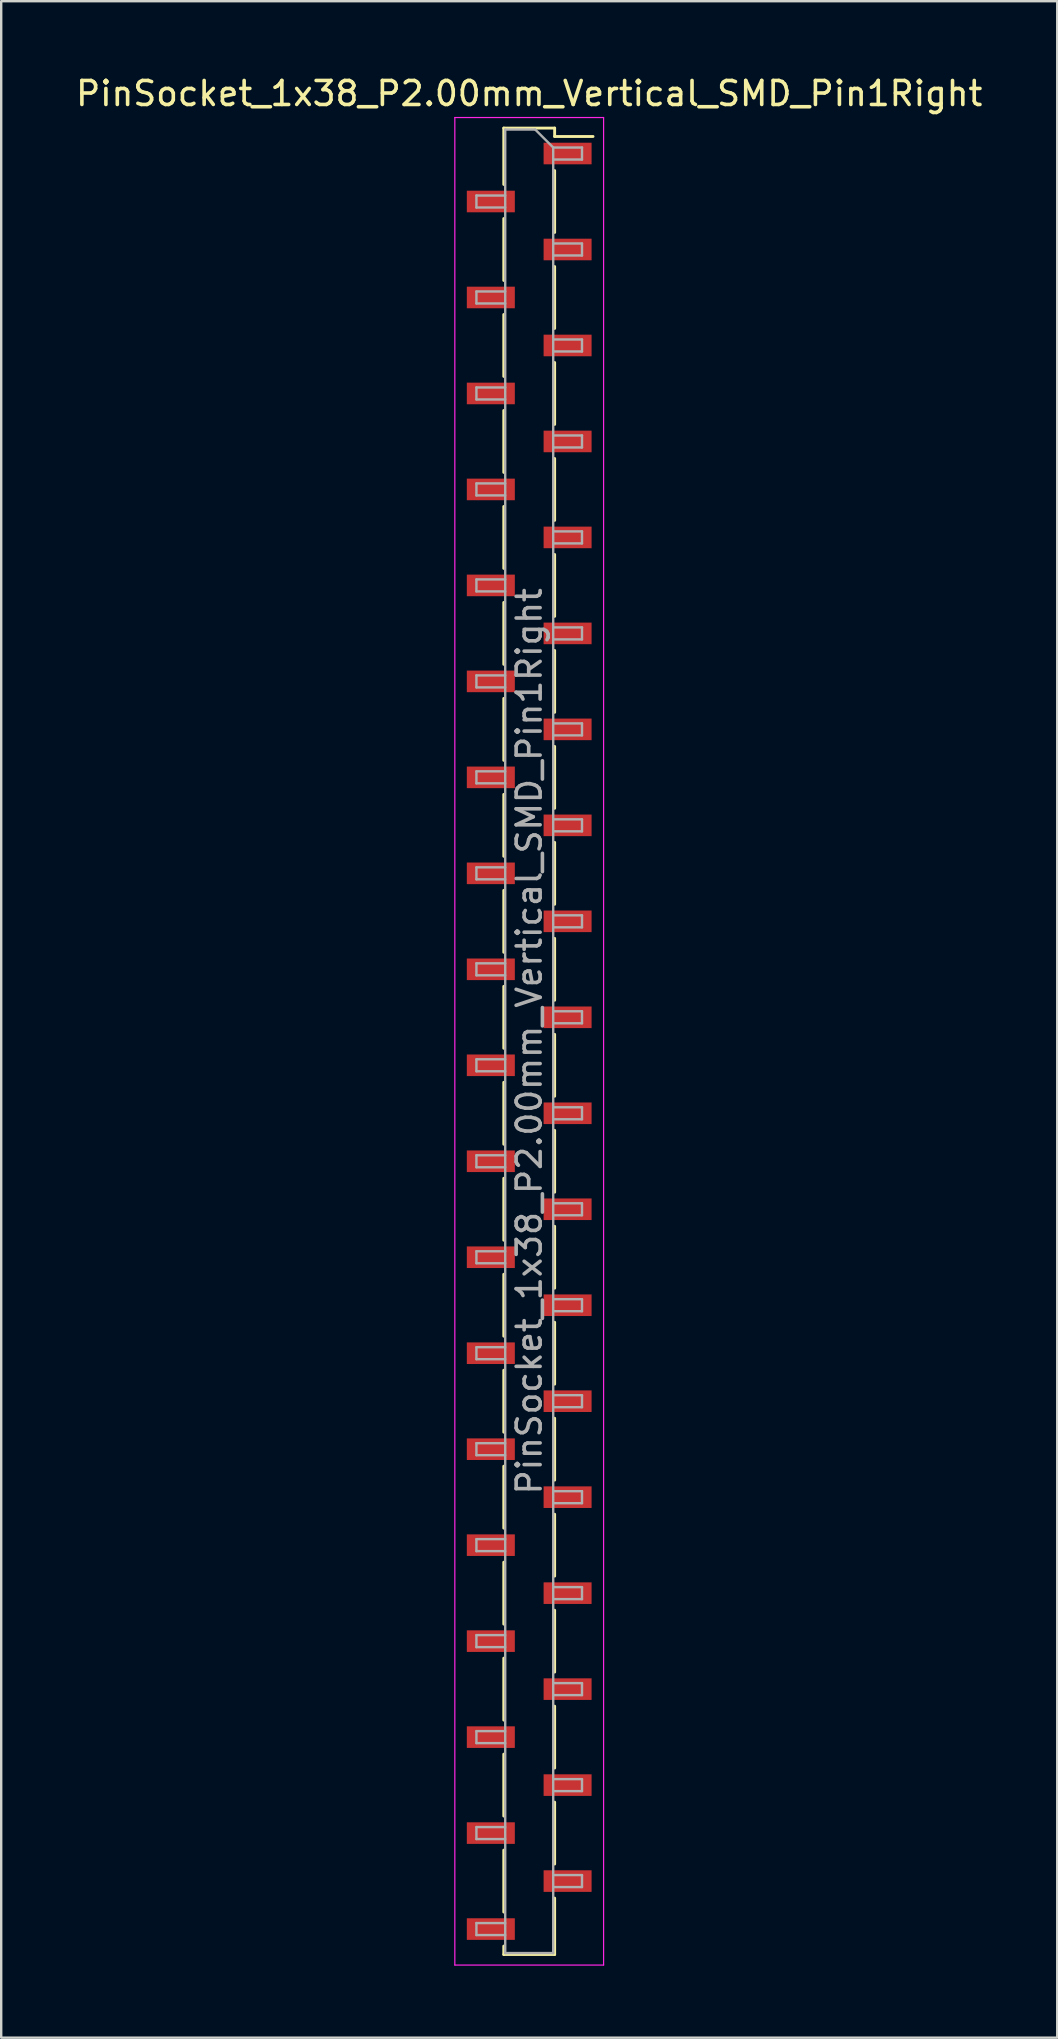
<source format=kicad_pcb>
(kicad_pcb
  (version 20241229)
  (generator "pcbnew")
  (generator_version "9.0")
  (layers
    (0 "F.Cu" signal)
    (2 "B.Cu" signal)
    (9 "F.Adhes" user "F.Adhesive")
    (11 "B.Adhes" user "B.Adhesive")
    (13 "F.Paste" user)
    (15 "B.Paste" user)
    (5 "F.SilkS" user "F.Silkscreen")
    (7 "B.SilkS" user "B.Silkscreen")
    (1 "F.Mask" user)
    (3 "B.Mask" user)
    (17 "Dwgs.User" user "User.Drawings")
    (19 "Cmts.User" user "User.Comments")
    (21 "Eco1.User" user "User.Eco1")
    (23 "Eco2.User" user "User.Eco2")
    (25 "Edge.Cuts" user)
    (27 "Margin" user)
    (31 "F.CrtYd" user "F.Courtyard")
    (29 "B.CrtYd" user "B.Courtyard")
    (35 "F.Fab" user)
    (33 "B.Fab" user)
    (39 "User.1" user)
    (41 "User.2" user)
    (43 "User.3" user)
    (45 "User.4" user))
  (footprint "PinSocket_1x38_P2.00mm_Vertical_SMD_Pin1Right"
    (layer "F.Cu")
    (at 19.006 40.348)
    (property "Reference" "PinSocket_1x38_P2.00mm_Vertical_SMD_Pin1Right" (at 0 -39.5 0) (layer "F.SilkS") (effects (font (size 1 1) (thickness 0.15))))
    (attr smd)
    (fp_line (start -1.06 -38.06) (end -1.06 -35.71) (stroke (width 0.12) (type solid)) (layer "F.SilkS"))
    (fp_line (start -1.06 -38.06) (end 1.06 -38.06) (stroke (width 0.12) (type solid)) (layer "F.SilkS"))
    (fp_line (start -1.06 -34.29) (end -1.06 -31.71) (stroke (width 0.12) (type solid)) (layer "F.SilkS"))
    (fp_line (start -1.06 -30.29) (end -1.06 -27.71) (stroke (width 0.12) (type solid)) (layer "F.SilkS"))
    (fp_line (start -1.06 -26.29) (end -1.06 -23.71) (stroke (width 0.12) (type solid)) (layer "F.SilkS"))
    (fp_line (start -1.06 -22.29) (end -1.06 -19.71) (stroke (width 0.12) (type solid)) (layer "F.SilkS"))
    (fp_line (start -1.06 -18.29) (end -1.06 -15.71) (stroke (width 0.12) (type solid)) (layer "F.SilkS"))
    (fp_line (start -1.06 -14.29) (end -1.06 -11.71) (stroke (width 0.12) (type solid)) (layer "F.SilkS"))
    (fp_line (start -1.06 -10.29) (end -1.06 -7.71) (stroke (width 0.12) (type solid)) (layer "F.SilkS"))
    (fp_line (start -1.06 -6.29) (end -1.06 -3.71) (stroke (width 0.12) (type solid)) (layer "F.SilkS"))
    (fp_line (start -1.06 -2.29) (end -1.06 0.29) (stroke (width 0.12) (type solid)) (layer "F.SilkS"))
    (fp_line (start -1.06 1.71) (end -1.06 4.29) (stroke (width 0.12) (type solid)) (layer "F.SilkS"))
    (fp_line (start -1.06 5.71) (end -1.06 8.29) (stroke (width 0.12) (type solid)) (layer "F.SilkS"))
    (fp_line (start -1.06 9.71) (end -1.06 12.29) (stroke (width 0.12) (type solid)) (layer "F.SilkS"))
    (fp_line (start -1.06 13.71) (end -1.06 16.29) (stroke (width 0.12) (type solid)) (layer "F.SilkS"))
    (fp_line (start -1.06 17.71) (end -1.06 20.29) (stroke (width 0.12) (type solid)) (layer "F.SilkS"))
    (fp_line (start -1.06 21.71) (end -1.06 24.29) (stroke (width 0.12) (type solid)) (layer "F.SilkS"))
    (fp_line (start -1.06 25.71) (end -1.06 28.29) (stroke (width 0.12) (type solid)) (layer "F.SilkS"))
    (fp_line (start -1.06 29.71) (end -1.06 32.29) (stroke (width 0.12) (type solid)) (layer "F.SilkS"))
    (fp_line (start -1.06 33.71) (end -1.06 36.29) (stroke (width 0.12) (type solid)) (layer "F.SilkS"))
    (fp_line (start -1.06 38.06) (end -1.06 37.71) (stroke (width 0.12) (type solid)) (layer "F.SilkS"))
    (fp_line (start 1.06 -38.06) (end 1.06 -37.71) (stroke (width 0.12) (type solid)) (layer "F.SilkS"))
    (fp_line (start 1.06 -37.71) (end 2.66 -37.71) (stroke (width 0.12) (type solid)) (layer "F.SilkS"))
    (fp_line (start 1.06 -36.29) (end 1.06 -33.71) (stroke (width 0.12) (type solid)) (layer "F.SilkS"))
    (fp_line (start 1.06 -32.29) (end 1.06 -29.71) (stroke (width 0.12) (type solid)) (layer "F.SilkS"))
    (fp_line (start 1.06 -28.29) (end 1.06 -25.71) (stroke (width 0.12) (type solid)) (layer "F.SilkS"))
    (fp_line (start 1.06 -24.29) (end 1.06 -21.71) (stroke (width 0.12) (type solid)) (layer "F.SilkS"))
    (fp_line (start 1.06 -20.29) (end 1.06 -17.71) (stroke (width 0.12) (type solid)) (layer "F.SilkS"))
    (fp_line (start 1.06 -16.29) (end 1.06 -13.71) (stroke (width 0.12) (type solid)) (layer "F.SilkS"))
    (fp_line (start 1.06 -12.29) (end 1.06 -9.71) (stroke (width 0.12) (type solid)) (layer "F.SilkS"))
    (fp_line (start 1.06 -8.29) (end 1.06 -5.71) (stroke (width 0.12) (type solid)) (layer "F.SilkS"))
    (fp_line (start 1.06 -4.29) (end 1.06 -1.71) (stroke (width 0.12) (type solid)) (layer "F.SilkS"))
    (fp_line (start 1.06 -0.29) (end 1.06 2.29) (stroke (width 0.12) (type solid)) (layer "F.SilkS"))
    (fp_line (start 1.06 3.71) (end 1.06 6.29) (stroke (width 0.12) (type solid)) (layer "F.SilkS"))
    (fp_line (start 1.06 7.71) (end 1.06 10.29) (stroke (width 0.12) (type solid)) (layer "F.SilkS"))
    (fp_line (start 1.06 11.71) (end 1.06 14.29) (stroke (width 0.12) (type solid)) (layer "F.SilkS"))
    (fp_line (start 1.06 15.71) (end 1.06 18.29) (stroke (width 0.12) (type solid)) (layer "F.SilkS"))
    (fp_line (start 1.06 19.71) (end 1.06 22.29) (stroke (width 0.12) (type solid)) (layer "F.SilkS"))
    (fp_line (start 1.06 23.71) (end 1.06 26.29) (stroke (width 0.12) (type solid)) (layer "F.SilkS"))
    (fp_line (start 1.06 27.71) (end 1.06 30.29) (stroke (width 0.12) (type solid)) (layer "F.SilkS"))
    (fp_line (start 1.06 31.71) (end 1.06 34.29) (stroke (width 0.12) (type solid)) (layer "F.SilkS"))
    (fp_line (start 1.06 35.71) (end 1.06 38.06) (stroke (width 0.12) (type solid)) (layer "F.SilkS"))
    (fp_line (start 1.06 38.06) (end -1.06 38.06) (stroke (width 0.12) (type solid)) (layer "F.SilkS"))
    (fp_line (start -3.1 -38.5) (end 3.1 -38.5) (stroke (width 0.05) (type solid)) (layer "F.CrtYd"))
    (fp_line (start -3.1 38.5) (end -3.1 -38.5) (stroke (width 0.05) (type solid)) (layer "F.CrtYd"))
    (fp_line (start 3.1 -38.5) (end 3.1 38.5) (stroke (width 0.05) (type solid)) (layer "F.CrtYd"))
    (fp_line (start 3.1 38.5) (end -3.1 38.5) (stroke (width 0.05) (type solid)) (layer "F.CrtYd"))
    (fp_line (start -2.2 -35.25) (end -1 -35.25) (stroke (width 0.1) (type solid)) (layer "F.Fab"))
    (fp_line (start -2.2 -34.75) (end -2.2 -35.25) (stroke (width 0.1) (type solid)) (layer "F.Fab"))
    (fp_line (start -2.2 -31.25) (end -1 -31.25) (stroke (width 0.1) (type solid)) (layer "F.Fab"))
    (fp_line (start -2.2 -30.75) (end -2.2 -31.25) (stroke (width 0.1) (type solid)) (layer "F.Fab"))
    (fp_line (start -2.2 -27.25) (end -1 -27.25) (stroke (width 0.1) (type solid)) (layer "F.Fab"))
    (fp_line (start -2.2 -26.75) (end -2.2 -27.25) (stroke (width 0.1) (type solid)) (layer "F.Fab"))
    (fp_line (start -2.2 -23.25) (end -1 -23.25) (stroke (width 0.1) (type solid)) (layer "F.Fab"))
    (fp_line (start -2.2 -22.75) (end -2.2 -23.25) (stroke (width 0.1) (type solid)) (layer "F.Fab"))
    (fp_line (start -2.2 -19.25) (end -1 -19.25) (stroke (width 0.1) (type solid)) (layer "F.Fab"))
    (fp_line (start -2.2 -18.75) (end -2.2 -19.25) (stroke (width 0.1) (type solid)) (layer "F.Fab"))
    (fp_line (start -2.2 -15.25) (end -1 -15.25) (stroke (width 0.1) (type solid)) (layer "F.Fab"))
    (fp_line (start -2.2 -14.75) (end -2.2 -15.25) (stroke (width 0.1) (type solid)) (layer "F.Fab"))
    (fp_line (start -2.2 -11.25) (end -1 -11.25) (stroke (width 0.1) (type solid)) (layer "F.Fab"))
    (fp_line (start -2.2 -10.75) (end -2.2 -11.25) (stroke (width 0.1) (type solid)) (layer "F.Fab"))
    (fp_line (start -2.2 -7.25) (end -1 -7.25) (stroke (width 0.1) (type solid)) (layer "F.Fab"))
    (fp_line (start -2.2 -6.75) (end -2.2 -7.25) (stroke (width 0.1) (type solid)) (layer "F.Fab"))
    (fp_line (start -2.2 -3.25) (end -1 -3.25) (stroke (width 0.1) (type solid)) (layer "F.Fab"))
    (fp_line (start -2.2 -2.75) (end -2.2 -3.25) (stroke (width 0.1) (type solid)) (layer "F.Fab"))
    (fp_line (start -2.2 0.75) (end -1 0.75) (stroke (width 0.1) (type solid)) (layer "F.Fab"))
    (fp_line (start -2.2 1.25) (end -2.2 0.75) (stroke (width 0.1) (type solid)) (layer "F.Fab"))
    (fp_line (start -2.2 4.75) (end -1 4.75) (stroke (width 0.1) (type solid)) (layer "F.Fab"))
    (fp_line (start -2.2 5.25) (end -2.2 4.75) (stroke (width 0.1) (type solid)) (layer "F.Fab"))
    (fp_line (start -2.2 8.75) (end -1 8.75) (stroke (width 0.1) (type solid)) (layer "F.Fab"))
    (fp_line (start -2.2 9.25) (end -2.2 8.75) (stroke (width 0.1) (type solid)) (layer "F.Fab"))
    (fp_line (start -2.2 12.75) (end -1 12.75) (stroke (width 0.1) (type solid)) (layer "F.Fab"))
    (fp_line (start -2.2 13.25) (end -2.2 12.75) (stroke (width 0.1) (type solid)) (layer "F.Fab"))
    (fp_line (start -2.2 16.75) (end -1 16.75) (stroke (width 0.1) (type solid)) (layer "F.Fab"))
    (fp_line (start -2.2 17.25) (end -2.2 16.75) (stroke (width 0.1) (type solid)) (layer "F.Fab"))
    (fp_line (start -2.2 20.75) (end -1 20.75) (stroke (width 0.1) (type solid)) (layer "F.Fab"))
    (fp_line (start -2.2 21.25) (end -2.2 20.75) (stroke (width 0.1) (type solid)) (layer "F.Fab"))
    (fp_line (start -2.2 24.75) (end -1 24.75) (stroke (width 0.1) (type solid)) (layer "F.Fab"))
    (fp_line (start -2.2 25.25) (end -2.2 24.75) (stroke (width 0.1) (type solid)) (layer "F.Fab"))
    (fp_line (start -2.2 28.75) (end -1 28.75) (stroke (width 0.1) (type solid)) (layer "F.Fab"))
    (fp_line (start -2.2 29.25) (end -2.2 28.75) (stroke (width 0.1) (type solid)) (layer "F.Fab"))
    (fp_line (start -2.2 32.75) (end -1 32.75) (stroke (width 0.1) (type solid)) (layer "F.Fab"))
    (fp_line (start -2.2 33.25) (end -2.2 32.75) (stroke (width 0.1) (type solid)) (layer "F.Fab"))
    (fp_line (start -2.2 36.75) (end -1 36.75) (stroke (width 0.1) (type solid)) (layer "F.Fab"))
    (fp_line (start -2.2 37.25) (end -2.2 36.75) (stroke (width 0.1) (type solid)) (layer "F.Fab"))
    (fp_line (start -1 -38) (end 0.25 -38) (stroke (width 0.1) (type solid)) (layer "F.Fab"))
    (fp_line (start -1 -34.75) (end -2.2 -34.75) (stroke (width 0.1) (type solid)) (layer "F.Fab"))
    (fp_line (start -1 -30.75) (end -2.2 -30.75) (stroke (width 0.1) (type solid)) (layer "F.Fab"))
    (fp_line (start -1 -26.75) (end -2.2 -26.75) (stroke (width 0.1) (type solid)) (layer "F.Fab"))
    (fp_line (start -1 -22.75) (end -2.2 -22.75) (stroke (width 0.1) (type solid)) (layer "F.Fab"))
    (fp_line (start -1 -18.75) (end -2.2 -18.75) (stroke (width 0.1) (type solid)) (layer "F.Fab"))
    (fp_line (start -1 -14.75) (end -2.2 -14.75) (stroke (width 0.1) (type solid)) (layer "F.Fab"))
    (fp_line (start -1 -10.75) (end -2.2 -10.75) (stroke (width 0.1) (type solid)) (layer "F.Fab"))
    (fp_line (start -1 -6.75) (end -2.2 -6.75) (stroke (width 0.1) (type solid)) (layer "F.Fab"))
    (fp_line (start -1 -2.75) (end -2.2 -2.75) (stroke (width 0.1) (type solid)) (layer "F.Fab"))
    (fp_line (start -1 1.25) (end -2.2 1.25) (stroke (width 0.1) (type solid)) (layer "F.Fab"))
    (fp_line (start -1 5.25) (end -2.2 5.25) (stroke (width 0.1) (type solid)) (layer "F.Fab"))
    (fp_line (start -1 9.25) (end -2.2 9.25) (stroke (width 0.1) (type solid)) (layer "F.Fab"))
    (fp_line (start -1 13.25) (end -2.2 13.25) (stroke (width 0.1) (type solid)) (layer "F.Fab"))
    (fp_line (start -1 17.25) (end -2.2 17.25) (stroke (width 0.1) (type solid)) (layer "F.Fab"))
    (fp_line (start -1 21.25) (end -2.2 21.25) (stroke (width 0.1) (type solid)) (layer "F.Fab"))
    (fp_line (start -1 25.25) (end -2.2 25.25) (stroke (width 0.1) (type solid)) (layer "F.Fab"))
    (fp_line (start -1 29.25) (end -2.2 29.25) (stroke (width 0.1) (type solid)) (layer "F.Fab"))
    (fp_line (start -1 33.25) (end -2.2 33.25) (stroke (width 0.1) (type solid)) (layer "F.Fab"))
    (fp_line (start -1 37.25) (end -2.2 37.25) (stroke (width 0.1) (type solid)) (layer "F.Fab"))
    (fp_line (start -1 38) (end -1 -38) (stroke (width 0.1) (type solid)) (layer "F.Fab"))
    (fp_line (start 0.25 -38) (end 1 -37.25) (stroke (width 0.1) (type solid)) (layer "F.Fab"))
    (fp_line (start 1 -37.25) (end 1 38) (stroke (width 0.1) (type solid)) (layer "F.Fab"))
    (fp_line (start 1 -37.25) (end 2.2 -37.25) (stroke (width 0.1) (type solid)) (layer "F.Fab"))
    (fp_line (start 1 -33.25) (end 2.2 -33.25) (stroke (width 0.1) (type solid)) (layer "F.Fab"))
    (fp_line (start 1 -29.25) (end 2.2 -29.25) (stroke (width 0.1) (type solid)) (layer "F.Fab"))
    (fp_line (start 1 -25.25) (end 2.2 -25.25) (stroke (width 0.1) (type solid)) (layer "F.Fab"))
    (fp_line (start 1 -21.25) (end 2.2 -21.25) (stroke (width 0.1) (type solid)) (layer "F.Fab"))
    (fp_line (start 1 -17.25) (end 2.2 -17.25) (stroke (width 0.1) (type solid)) (layer "F.Fab"))
    (fp_line (start 1 -13.25) (end 2.2 -13.25) (stroke (width 0.1) (type solid)) (layer "F.Fab"))
    (fp_line (start 1 -9.25) (end 2.2 -9.25) (stroke (width 0.1) (type solid)) (layer "F.Fab"))
    (fp_line (start 1 -5.25) (end 2.2 -5.25) (stroke (width 0.1) (type solid)) (layer "F.Fab"))
    (fp_line (start 1 -1.25) (end 2.2 -1.25) (stroke (width 0.1) (type solid)) (layer "F.Fab"))
    (fp_line (start 1 2.75) (end 2.2 2.75) (stroke (width 0.1) (type solid)) (layer "F.Fab"))
    (fp_line (start 1 6.75) (end 2.2 6.75) (stroke (width 0.1) (type solid)) (layer "F.Fab"))
    (fp_line (start 1 10.75) (end 2.2 10.75) (stroke (width 0.1) (type solid)) (layer "F.Fab"))
    (fp_line (start 1 14.75) (end 2.2 14.75) (stroke (width 0.1) (type solid)) (layer "F.Fab"))
    (fp_line (start 1 18.75) (end 2.2 18.75) (stroke (width 0.1) (type solid)) (layer "F.Fab"))
    (fp_line (start 1 22.75) (end 2.2 22.75) (stroke (width 0.1) (type solid)) (layer "F.Fab"))
    (fp_line (start 1 26.75) (end 2.2 26.75) (stroke (width 0.1) (type solid)) (layer "F.Fab"))
    (fp_line (start 1 30.75) (end 2.2 30.75) (stroke (width 0.1) (type solid)) (layer "F.Fab"))
    (fp_line (start 1 34.75) (end 2.2 34.75) (stroke (width 0.1) (type solid)) (layer "F.Fab"))
    (fp_line (start 1 38) (end -1 38) (stroke (width 0.1) (type solid)) (layer "F.Fab"))
    (fp_line (start 2.2 -37.25) (end 2.2 -36.75) (stroke (width 0.1) (type solid)) (layer "F.Fab"))
    (fp_line (start 2.2 -36.75) (end 1 -36.75) (stroke (width 0.1) (type solid)) (layer "F.Fab"))
    (fp_line (start 2.2 -33.25) (end 2.2 -32.75) (stroke (width 0.1) (type solid)) (layer "F.Fab"))
    (fp_line (start 2.2 -32.75) (end 1 -32.75) (stroke (width 0.1) (type solid)) (layer "F.Fab"))
    (fp_line (start 2.2 -29.25) (end 2.2 -28.75) (stroke (width 0.1) (type solid)) (layer "F.Fab"))
    (fp_line (start 2.2 -28.75) (end 1 -28.75) (stroke (width 0.1) (type solid)) (layer "F.Fab"))
    (fp_line (start 2.2 -25.25) (end 2.2 -24.75) (stroke (width 0.1) (type solid)) (layer "F.Fab"))
    (fp_line (start 2.2 -24.75) (end 1 -24.75) (stroke (width 0.1) (type solid)) (layer "F.Fab"))
    (fp_line (start 2.2 -21.25) (end 2.2 -20.75) (stroke (width 0.1) (type solid)) (layer "F.Fab"))
    (fp_line (start 2.2 -20.75) (end 1 -20.75) (stroke (width 0.1) (type solid)) (layer "F.Fab"))
    (fp_line (start 2.2 -17.25) (end 2.2 -16.75) (stroke (width 0.1) (type solid)) (layer "F.Fab"))
    (fp_line (start 2.2 -16.75) (end 1 -16.75) (stroke (width 0.1) (type solid)) (layer "F.Fab"))
    (fp_line (start 2.2 -13.25) (end 2.2 -12.75) (stroke (width 0.1) (type solid)) (layer "F.Fab"))
    (fp_line (start 2.2 -12.75) (end 1 -12.75) (stroke (width 0.1) (type solid)) (layer "F.Fab"))
    (fp_line (start 2.2 -9.25) (end 2.2 -8.75) (stroke (width 0.1) (type solid)) (layer "F.Fab"))
    (fp_line (start 2.2 -8.75) (end 1 -8.75) (stroke (width 0.1) (type solid)) (layer "F.Fab"))
    (fp_line (start 2.2 -5.25) (end 2.2 -4.75) (stroke (width 0.1) (type solid)) (layer "F.Fab"))
    (fp_line (start 2.2 -4.75) (end 1 -4.75) (stroke (width 0.1) (type solid)) (layer "F.Fab"))
    (fp_line (start 2.2 -1.25) (end 2.2 -0.75) (stroke (width 0.1) (type solid)) (layer "F.Fab"))
    (fp_line (start 2.2 -0.75) (end 1 -0.75) (stroke (width 0.1) (type solid)) (layer "F.Fab"))
    (fp_line (start 2.2 2.75) (end 2.2 3.25) (stroke (width 0.1) (type solid)) (layer "F.Fab"))
    (fp_line (start 2.2 3.25) (end 1 3.25) (stroke (width 0.1) (type solid)) (layer "F.Fab"))
    (fp_line (start 2.2 6.75) (end 2.2 7.25) (stroke (width 0.1) (type solid)) (layer "F.Fab"))
    (fp_line (start 2.2 7.25) (end 1 7.25) (stroke (width 0.1) (type solid)) (layer "F.Fab"))
    (fp_line (start 2.2 10.75) (end 2.2 11.25) (stroke (width 0.1) (type solid)) (layer "F.Fab"))
    (fp_line (start 2.2 11.25) (end 1 11.25) (stroke (width 0.1) (type solid)) (layer "F.Fab"))
    (fp_line (start 2.2 14.75) (end 2.2 15.25) (stroke (width 0.1) (type solid)) (layer "F.Fab"))
    (fp_line (start 2.2 15.25) (end 1 15.25) (stroke (width 0.1) (type solid)) (layer "F.Fab"))
    (fp_line (start 2.2 18.75) (end 2.2 19.25) (stroke (width 0.1) (type solid)) (layer "F.Fab"))
    (fp_line (start 2.2 19.25) (end 1 19.25) (stroke (width 0.1) (type solid)) (layer "F.Fab"))
    (fp_line (start 2.2 22.75) (end 2.2 23.25) (stroke (width 0.1) (type solid)) (layer "F.Fab"))
    (fp_line (start 2.2 23.25) (end 1 23.25) (stroke (width 0.1) (type solid)) (layer "F.Fab"))
    (fp_line (start 2.2 26.75) (end 2.2 27.25) (stroke (width 0.1) (type solid)) (layer "F.Fab"))
    (fp_line (start 2.2 27.25) (end 1 27.25) (stroke (width 0.1) (type solid)) (layer "F.Fab"))
    (fp_line (start 2.2 30.75) (end 2.2 31.25) (stroke (width 0.1) (type solid)) (layer "F.Fab"))
    (fp_line (start 2.2 31.25) (end 1 31.25) (stroke (width 0.1) (type solid)) (layer "F.Fab"))
    (fp_line (start 2.2 34.75) (end 2.2 35.25) (stroke (width 0.1) (type solid)) (layer "F.Fab"))
    (fp_line (start 2.2 35.25) (end 1 35.25) (stroke (width 0.1) (type solid)) (layer "F.Fab"))
    (fp_text user "${REFERENCE}" (at 0 0 90) (layer "F.Fab") (effects (font (size 1 1) (thickness 0.15))))
    (pad "1" smd rect (at 1.6 -37) (size 2 0.9) (layers "F.Cu" "F.Mask" "F.Paste"))
    (pad "2" smd rect (at -1.6 -35) (size 2 0.9) (layers "F.Cu" "F.Mask" "F.Paste"))
    (pad "3" smd rect (at 1.6 -33) (size 2 0.9) (layers "F.Cu" "F.Mask" "F.Paste"))
    (pad "4" smd rect (at -1.6 -31) (size 2 0.9) (layers "F.Cu" "F.Mask" "F.Paste"))
    (pad "5" smd rect (at 1.6 -29) (size 2 0.9) (layers "F.Cu" "F.Mask" "F.Paste"))
    (pad "6" smd rect (at -1.6 -27) (size 2 0.9) (layers "F.Cu" "F.Mask" "F.Paste"))
    (pad "7" smd rect (at 1.6 -25) (size 2 0.9) (layers "F.Cu" "F.Mask" "F.Paste"))
    (pad "8" smd rect (at -1.6 -23) (size 2 0.9) (layers "F.Cu" "F.Mask" "F.Paste"))
    (pad "9" smd rect (at 1.6 -21) (size 2 0.9) (layers "F.Cu" "F.Mask" "F.Paste"))
    (pad "10" smd rect (at -1.6 -19) (size 2 0.9) (layers "F.Cu" "F.Mask" "F.Paste"))
    (pad "11" smd rect (at 1.6 -17) (size 2 0.9) (layers "F.Cu" "F.Mask" "F.Paste"))
    (pad "12" smd rect (at -1.6 -15) (size 2 0.9) (layers "F.Cu" "F.Mask" "F.Paste"))
    (pad "13" smd rect (at 1.6 -13) (size 2 0.9) (layers "F.Cu" "F.Mask" "F.Paste"))
    (pad "14" smd rect (at -1.6 -11) (size 2 0.9) (layers "F.Cu" "F.Mask" "F.Paste"))
    (pad "15" smd rect (at 1.6 -9) (size 2 0.9) (layers "F.Cu" "F.Mask" "F.Paste"))
    (pad "16" smd rect (at -1.6 -7) (size 2 0.9) (layers "F.Cu" "F.Mask" "F.Paste"))
    (pad "17" smd rect (at 1.6 -5) (size 2 0.9) (layers "F.Cu" "F.Mask" "F.Paste"))
    (pad "18" smd rect (at -1.6 -3) (size 2 0.9) (layers "F.Cu" "F.Mask" "F.Paste"))
    (pad "19" smd rect (at 1.6 -1) (size 2 0.9) (layers "F.Cu" "F.Mask" "F.Paste"))
    (pad "20" smd rect (at -1.6 1) (size 2 0.9) (layers "F.Cu" "F.Mask" "F.Paste"))
    (pad "21" smd rect (at 1.6 3) (size 2 0.9) (layers "F.Cu" "F.Mask" "F.Paste"))
    (pad "22" smd rect (at -1.6 5) (size 2 0.9) (layers "F.Cu" "F.Mask" "F.Paste"))
    (pad "23" smd rect (at 1.6 7) (size 2 0.9) (layers "F.Cu" "F.Mask" "F.Paste"))
    (pad "24" smd rect (at -1.6 9) (size 2 0.9) (layers "F.Cu" "F.Mask" "F.Paste"))
    (pad "25" smd rect (at 1.6 11) (size 2 0.9) (layers "F.Cu" "F.Mask" "F.Paste"))
    (pad "26" smd rect (at -1.6 13) (size 2 0.9) (layers "F.Cu" "F.Mask" "F.Paste"))
    (pad "27" smd rect (at 1.6 15) (size 2 0.9) (layers "F.Cu" "F.Mask" "F.Paste"))
    (pad "28" smd rect (at -1.6 17) (size 2 0.9) (layers "F.Cu" "F.Mask" "F.Paste"))
    (pad "29" smd rect (at 1.6 19) (size 2 0.9) (layers "F.Cu" "F.Mask" "F.Paste"))
    (pad "30" smd rect (at -1.6 21) (size 2 0.9) (layers "F.Cu" "F.Mask" "F.Paste"))
    (pad "31" smd rect (at 1.6 23) (size 2 0.9) (layers "F.Cu" "F.Mask" "F.Paste"))
    (pad "32" smd rect (at -1.6 25) (size 2 0.9) (layers "F.Cu" "F.Mask" "F.Paste"))
    (pad "33" smd rect (at 1.6 27) (size 2 0.9) (layers "F.Cu" "F.Mask" "F.Paste"))
    (pad "34" smd rect (at -1.6 29) (size 2 0.9) (layers "F.Cu" "F.Mask" "F.Paste"))
    (pad "35" smd rect (at 1.6 31) (size 2 0.9) (layers "F.Cu" "F.Mask" "F.Paste"))
    (pad "36" smd rect (at -1.6 33) (size 2 0.9) (layers "F.Cu" "F.Mask" "F.Paste"))
    (pad "37" smd rect (at 1.6 35) (size 2 0.9) (layers "F.Cu" "F.Mask" "F.Paste"))
    (pad "38" smd rect (at -1.6 37) (size 2 0.9) (layers "F.Cu" "F.Mask" "F.Paste")))
  (gr_rect
    (start -3 -3)
    (end 41.012 81.873)
    (stroke (width 0.1) (type default))
    (fill no)
    (layer "Edge.Cuts")))
</source>
